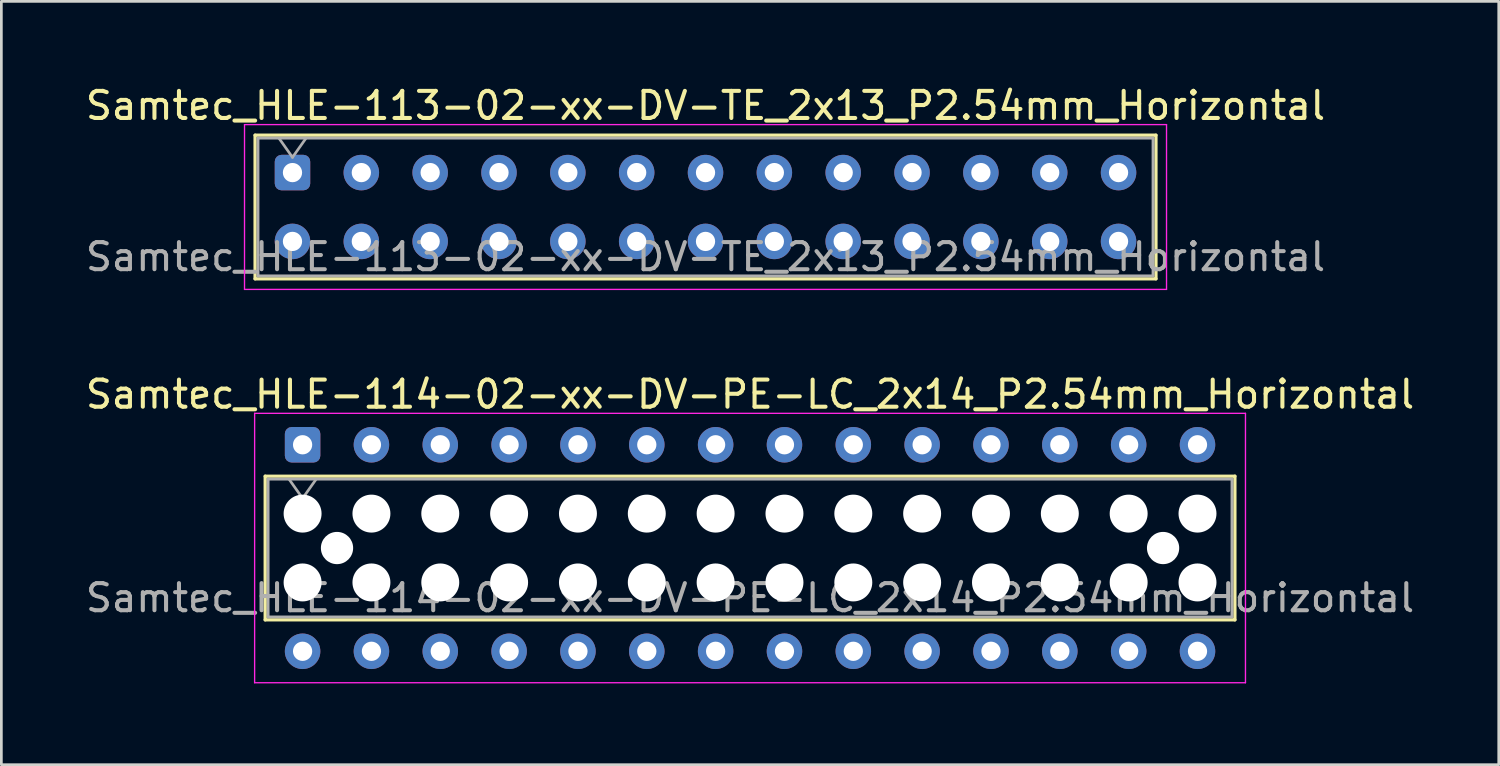
<source format=kicad_pcb>
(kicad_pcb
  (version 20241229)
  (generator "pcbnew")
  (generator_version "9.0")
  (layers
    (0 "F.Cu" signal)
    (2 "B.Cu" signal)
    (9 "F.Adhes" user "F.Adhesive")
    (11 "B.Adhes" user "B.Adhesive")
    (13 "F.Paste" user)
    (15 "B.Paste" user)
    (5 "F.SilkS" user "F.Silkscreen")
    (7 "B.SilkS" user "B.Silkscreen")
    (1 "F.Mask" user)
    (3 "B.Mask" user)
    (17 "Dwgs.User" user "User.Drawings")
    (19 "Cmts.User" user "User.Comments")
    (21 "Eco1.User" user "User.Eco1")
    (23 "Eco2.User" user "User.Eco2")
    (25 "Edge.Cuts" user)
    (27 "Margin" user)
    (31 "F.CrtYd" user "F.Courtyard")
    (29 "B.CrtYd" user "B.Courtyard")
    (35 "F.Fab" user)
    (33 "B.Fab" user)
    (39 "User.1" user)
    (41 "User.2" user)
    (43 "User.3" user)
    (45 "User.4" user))
  (footprint "Samtec_HLE-113-02-xx-DV-TE_2x13_P2.54mm_Horizontal"
    (layer "F.Cu")
    (at 7.742 3.318)
    (property "Reference" "Samtec_HLE-113-02-xx-DV-TE_2x13_P2.54mm_Horizontal" (at 15.24 -2.47 0) (layer "F.SilkS") (effects (font (size 1 1) (thickness 0.15))))
    (attr through_hole)
    (fp_line (start -1.38 -1.38) (end 31.86 -1.38) (stroke (width 0.12) (type solid)) (layer "F.SilkS"))
    (fp_line (start -1.38 3.92) (end -1.38 -1.38) (stroke (width 0.12) (type solid)) (layer "F.SilkS"))
    (fp_line (start 31.86 -1.38) (end 31.86 3.92) (stroke (width 0.12) (type solid)) (layer "F.SilkS"))
    (fp_line (start 31.86 3.92) (end -1.38 3.92) (stroke (width 0.12) (type solid)) (layer "F.SilkS"))
    (fp_line (start -1.77 -1.77) (end 32.25 -1.77) (stroke (width 0.05) (type solid)) (layer "F.CrtYd"))
    (fp_line (start -1.77 4.31) (end -1.77 -1.77) (stroke (width 0.05) (type solid)) (layer "F.CrtYd"))
    (fp_line (start 32.25 -1.77) (end 32.25 4.31) (stroke (width 0.05) (type solid)) (layer "F.CrtYd"))
    (fp_line (start 32.25 4.31) (end -1.77 4.31) (stroke (width 0.05) (type solid)) (layer "F.CrtYd"))
    (fp_line (start -1.27 -1.27) (end 31.75 -1.27) (stroke (width 0.1) (type solid)) (layer "F.Fab"))
    (fp_line (start -1.27 3.81) (end -1.27 -1.27) (stroke (width 0.1) (type solid)) (layer "F.Fab"))
    (fp_line (start -0.5 -1.27) (end 0 -0.563) (stroke (width 0.1) (type solid)) (layer "F.Fab"))
    (fp_line (start 0 -0.563) (end 0.5 -1.27) (stroke (width 0.1) (type solid)) (layer "F.Fab"))
    (fp_line (start 31.75 -1.27) (end 31.75 3.81) (stroke (width 0.1) (type solid)) (layer "F.Fab"))
    (fp_line (start 31.75 3.81) (end -1.27 3.81) (stroke (width 0.1) (type solid)) (layer "F.Fab"))
    (fp_text user "${REFERENCE}" (at 15.24 3.11 0) (layer "F.Fab") (effects (font (size 1 1) (thickness 0.15))))
    (pad "1" thru_hole roundrect (at 0 0) (size 1.31 1.31) (drill 0.71) (layers "*.Cu" "*.Mask") (roundrect_rratio 0.191))
    (pad "2" thru_hole circle (at 0 2.54) (size 1.31 1.31) (drill 0.71) (layers "*.Cu" "*.Mask"))
    (pad "3" thru_hole circle (at 2.54 0) (size 1.31 1.31) (drill 0.71) (layers "*.Cu" "*.Mask"))
    (pad "4" thru_hole circle (at 2.54 2.54) (size 1.31 1.31) (drill 0.71) (layers "*.Cu" "*.Mask"))
    (pad "5" thru_hole circle (at 5.08 0) (size 1.31 1.31) (drill 0.71) (layers "*.Cu" "*.Mask"))
    (pad "6" thru_hole circle (at 5.08 2.54) (size 1.31 1.31) (drill 0.71) (layers "*.Cu" "*.Mask"))
    (pad "7" thru_hole circle (at 7.62 0) (size 1.31 1.31) (drill 0.71) (layers "*.Cu" "*.Mask"))
    (pad "8" thru_hole circle (at 7.62 2.54) (size 1.31 1.31) (drill 0.71) (layers "*.Cu" "*.Mask"))
    (pad "9" thru_hole circle (at 10.16 0) (size 1.31 1.31) (drill 0.71) (layers "*.Cu" "*.Mask"))
    (pad "10" thru_hole circle (at 10.16 2.54) (size 1.31 1.31) (drill 0.71) (layers "*.Cu" "*.Mask"))
    (pad "11" thru_hole circle (at 12.7 0) (size 1.31 1.31) (drill 0.71) (layers "*.Cu" "*.Mask"))
    (pad "12" thru_hole circle (at 12.7 2.54) (size 1.31 1.31) (drill 0.71) (layers "*.Cu" "*.Mask"))
    (pad "13" thru_hole circle (at 15.24 0) (size 1.31 1.31) (drill 0.71) (layers "*.Cu" "*.Mask"))
    (pad "14" thru_hole circle (at 15.24 2.54) (size 1.31 1.31) (drill 0.71) (layers "*.Cu" "*.Mask"))
    (pad "15" thru_hole circle (at 17.78 0) (size 1.31 1.31) (drill 0.71) (layers "*.Cu" "*.Mask"))
    (pad "16" thru_hole circle (at 17.78 2.54) (size 1.31 1.31) (drill 0.71) (layers "*.Cu" "*.Mask"))
    (pad "17" thru_hole circle (at 20.32 0) (size 1.31 1.31) (drill 0.71) (layers "*.Cu" "*.Mask"))
    (pad "18" thru_hole circle (at 20.32 2.54) (size 1.31 1.31) (drill 0.71) (layers "*.Cu" "*.Mask"))
    (pad "19" thru_hole circle (at 22.86 0) (size 1.31 1.31) (drill 0.71) (layers "*.Cu" "*.Mask"))
    (pad "20" thru_hole circle (at 22.86 2.54) (size 1.31 1.31) (drill 0.71) (layers "*.Cu" "*.Mask"))
    (pad "21" thru_hole circle (at 25.4 0) (size 1.31 1.31) (drill 0.71) (layers "*.Cu" "*.Mask"))
    (pad "22" thru_hole circle (at 25.4 2.54) (size 1.31 1.31) (drill 0.71) (layers "*.Cu" "*.Mask"))
    (pad "23" thru_hole circle (at 27.94 0) (size 1.31 1.31) (drill 0.71) (layers "*.Cu" "*.Mask"))
    (pad "24" thru_hole circle (at 27.94 2.54) (size 1.31 1.31) (drill 0.71) (layers "*.Cu" "*.Mask"))
    (pad "25" thru_hole circle (at 30.48 0) (size 1.31 1.31) (drill 0.71) (layers "*.Cu" "*.Mask"))
    (pad "26" thru_hole circle (at 30.48 2.54) (size 1.31 1.31) (drill 0.71) (layers "*.Cu" "*.Mask")))
  (footprint "Samtec_HLE-114-02-xx-DV-PE-LC_2x14_P2.54mm_Horizontal"
    (layer "F.Cu")
    (at 8.115 13.361)
    (property "Reference" "Samtec_HLE-114-02-xx-DV-PE-LC_2x14_P2.54mm_Horizontal" (at 16.51 -1.86 0) (layer "F.SilkS") (effects (font (size 1 1) (thickness 0.15))))
    (attr through_hole)
    (fp_line (start -1.38 1.16) (end 34.4 1.16) (stroke (width 0.12) (type solid)) (layer "F.SilkS"))
    (fp_line (start -1.38 6.46) (end -1.38 1.16) (stroke (width 0.12) (type solid)) (layer "F.SilkS"))
    (fp_line (start 34.4 1.16) (end 34.4 6.46) (stroke (width 0.12) (type solid)) (layer "F.SilkS"))
    (fp_line (start 34.4 6.46) (end -1.38 6.46) (stroke (width 0.12) (type solid)) (layer "F.SilkS"))
    (fp_line (start -1.77 -1.16) (end 34.79 -1.16) (stroke (width 0.05) (type solid)) (layer "F.CrtYd"))
    (fp_line (start -1.77 8.78) (end -1.77 -1.16) (stroke (width 0.05) (type solid)) (layer "F.CrtYd"))
    (fp_line (start 34.79 -1.16) (end 34.79 8.78) (stroke (width 0.05) (type solid)) (layer "F.CrtYd"))
    (fp_line (start 34.79 8.78) (end -1.77 8.78) (stroke (width 0.05) (type solid)) (layer "F.CrtYd"))
    (fp_line (start -1.27 1.27) (end 34.29 1.27) (stroke (width 0.1) (type solid)) (layer "F.Fab"))
    (fp_line (start -1.27 6.35) (end -1.27 1.27) (stroke (width 0.1) (type solid)) (layer "F.Fab"))
    (fp_line (start -0.5 1.27) (end 0 1.977) (stroke (width 0.1) (type solid)) (layer "F.Fab"))
    (fp_line (start 0 1.977) (end 0.5 1.27) (stroke (width 0.1) (type solid)) (layer "F.Fab"))
    (fp_line (start 34.29 1.27) (end 34.29 6.35) (stroke (width 0.1) (type solid)) (layer "F.Fab"))
    (fp_line (start 34.29 6.35) (end -1.27 6.35) (stroke (width 0.1) (type solid)) (layer "F.Fab"))
    (fp_text user "${REFERENCE}" (at 16.51 5.65 0) (layer "F.Fab") (effects (font (size 1 1) (thickness 0.15))))
    (pad "" np_thru_hole circle (at 0 2.54) (size 1.4 1.4) (drill 1.4) (layers "*.Cu" "*.Mask"))
    (pad "" np_thru_hole circle (at 0 5.08) (size 1.4 1.4) (drill 1.4) (layers "*.Cu" "*.Mask"))
    (pad "" np_thru_hole circle (at 1.27 3.81) (size 1.19 1.19) (drill 1.19) (layers "*.Cu" "*.Mask"))
    (pad "" np_thru_hole circle (at 2.54 2.54) (size 1.4 1.4) (drill 1.4) (layers "*.Cu" "*.Mask"))
    (pad "" np_thru_hole circle (at 2.54 5.08) (size 1.4 1.4) (drill 1.4) (layers "*.Cu" "*.Mask"))
    (pad "" np_thru_hole circle (at 5.08 2.54) (size 1.4 1.4) (drill 1.4) (layers "*.Cu" "*.Mask"))
    (pad "" np_thru_hole circle (at 5.08 5.08) (size 1.4 1.4) (drill 1.4) (layers "*.Cu" "*.Mask"))
    (pad "" np_thru_hole circle (at 7.62 2.54) (size 1.4 1.4) (drill 1.4) (layers "*.Cu" "*.Mask"))
    (pad "" np_thru_hole circle (at 7.62 5.08) (size 1.4 1.4) (drill 1.4) (layers "*.Cu" "*.Mask"))
    (pad "" np_thru_hole circle (at 10.16 2.54) (size 1.4 1.4) (drill 1.4) (layers "*.Cu" "*.Mask"))
    (pad "" np_thru_hole circle (at 10.16 5.08) (size 1.4 1.4) (drill 1.4) (layers "*.Cu" "*.Mask"))
    (pad "" np_thru_hole circle (at 12.7 2.54) (size 1.4 1.4) (drill 1.4) (layers "*.Cu" "*.Mask"))
    (pad "" np_thru_hole circle (at 12.7 5.08) (size 1.4 1.4) (drill 1.4) (layers "*.Cu" "*.Mask"))
    (pad "" np_thru_hole circle (at 15.24 2.54) (size 1.4 1.4) (drill 1.4) (layers "*.Cu" "*.Mask"))
    (pad "" np_thru_hole circle (at 15.24 5.08) (size 1.4 1.4) (drill 1.4) (layers "*.Cu" "*.Mask"))
    (pad "" np_thru_hole circle (at 17.78 2.54) (size 1.4 1.4) (drill 1.4) (layers "*.Cu" "*.Mask"))
    (pad "" np_thru_hole circle (at 17.78 5.08) (size 1.4 1.4) (drill 1.4) (layers "*.Cu" "*.Mask"))
    (pad "" np_thru_hole circle (at 20.32 2.54) (size 1.4 1.4) (drill 1.4) (layers "*.Cu" "*.Mask"))
    (pad "" np_thru_hole circle (at 20.32 5.08) (size 1.4 1.4) (drill 1.4) (layers "*.Cu" "*.Mask"))
    (pad "" np_thru_hole circle (at 22.86 2.54) (size 1.4 1.4) (drill 1.4) (layers "*.Cu" "*.Mask"))
    (pad "" np_thru_hole circle (at 22.86 5.08) (size 1.4 1.4) (drill 1.4) (layers "*.Cu" "*.Mask"))
    (pad "" np_thru_hole circle (at 25.4 2.54) (size 1.4 1.4) (drill 1.4) (layers "*.Cu" "*.Mask"))
    (pad "" np_thru_hole circle (at 25.4 5.08) (size 1.4 1.4) (drill 1.4) (layers "*.Cu" "*.Mask"))
    (pad "" np_thru_hole circle (at 27.94 2.54) (size 1.4 1.4) (drill 1.4) (layers "*.Cu" "*.Mask"))
    (pad "" np_thru_hole circle (at 27.94 5.08) (size 1.4 1.4) (drill 1.4) (layers "*.Cu" "*.Mask"))
    (pad "" np_thru_hole circle (at 30.48 2.54) (size 1.4 1.4) (drill 1.4) (layers "*.Cu" "*.Mask"))
    (pad "" np_thru_hole circle (at 30.48 5.08) (size 1.4 1.4) (drill 1.4) (layers "*.Cu" "*.Mask"))
    (pad "" np_thru_hole circle (at 31.75 3.81) (size 1.19 1.19) (drill 1.19) (layers "*.Cu" "*.Mask"))
    (pad "" np_thru_hole circle (at 33.02 2.54) (size 1.4 1.4) (drill 1.4) (layers "*.Cu" "*.Mask"))
    (pad "" np_thru_hole circle (at 33.02 5.08) (size 1.4 1.4) (drill 1.4) (layers "*.Cu" "*.Mask"))
    (pad "1" thru_hole roundrect (at 0 0) (size 1.31 1.31) (drill 0.71) (layers "*.Cu" "*.Mask") (roundrect_rratio 0.191))
    (pad "2" thru_hole circle (at 0 7.62) (size 1.31 1.31) (drill 0.71) (layers "*.Cu" "*.Mask"))
    (pad "3" thru_hole circle (at 2.54 0) (size 1.31 1.31) (drill 0.71) (layers "*.Cu" "*.Mask"))
    (pad "4" thru_hole circle (at 2.54 7.62) (size 1.31 1.31) (drill 0.71) (layers "*.Cu" "*.Mask"))
    (pad "5" thru_hole circle (at 5.08 0) (size 1.31 1.31) (drill 0.71) (layers "*.Cu" "*.Mask"))
    (pad "6" thru_hole circle (at 5.08 7.62) (size 1.31 1.31) (drill 0.71) (layers "*.Cu" "*.Mask"))
    (pad "7" thru_hole circle (at 7.62 0) (size 1.31 1.31) (drill 0.71) (layers "*.Cu" "*.Mask"))
    (pad "8" thru_hole circle (at 7.62 7.62) (size 1.31 1.31) (drill 0.71) (layers "*.Cu" "*.Mask"))
    (pad "9" thru_hole circle (at 10.16 0) (size 1.31 1.31) (drill 0.71) (layers "*.Cu" "*.Mask"))
    (pad "10" thru_hole circle (at 10.16 7.62) (size 1.31 1.31) (drill 0.71) (layers "*.Cu" "*.Mask"))
    (pad "11" thru_hole circle (at 12.7 0) (size 1.31 1.31) (drill 0.71) (layers "*.Cu" "*.Mask"))
    (pad "12" thru_hole circle (at 12.7 7.62) (size 1.31 1.31) (drill 0.71) (layers "*.Cu" "*.Mask"))
    (pad "13" thru_hole circle (at 15.24 0) (size 1.31 1.31) (drill 0.71) (layers "*.Cu" "*.Mask"))
    (pad "14" thru_hole circle (at 15.24 7.62) (size 1.31 1.31) (drill 0.71) (layers "*.Cu" "*.Mask"))
    (pad "15" thru_hole circle (at 17.78 0) (size 1.31 1.31) (drill 0.71) (layers "*.Cu" "*.Mask"))
    (pad "16" thru_hole circle (at 17.78 7.62) (size 1.31 1.31) (drill 0.71) (layers "*.Cu" "*.Mask"))
    (pad "17" thru_hole circle (at 20.32 0) (size 1.31 1.31) (drill 0.71) (layers "*.Cu" "*.Mask"))
    (pad "18" thru_hole circle (at 20.32 7.62) (size 1.31 1.31) (drill 0.71) (layers "*.Cu" "*.Mask"))
    (pad "19" thru_hole circle (at 22.86 0) (size 1.31 1.31) (drill 0.71) (layers "*.Cu" "*.Mask"))
    (pad "20" thru_hole circle (at 22.86 7.62) (size 1.31 1.31) (drill 0.71) (layers "*.Cu" "*.Mask"))
    (pad "21" thru_hole circle (at 25.4 0) (size 1.31 1.31) (drill 0.71) (layers "*.Cu" "*.Mask"))
    (pad "22" thru_hole circle (at 25.4 7.62) (size 1.31 1.31) (drill 0.71) (layers "*.Cu" "*.Mask"))
    (pad "23" thru_hole circle (at 27.94 0) (size 1.31 1.31) (drill 0.71) (layers "*.Cu" "*.Mask"))
    (pad "24" thru_hole circle (at 27.94 7.62) (size 1.31 1.31) (drill 0.71) (layers "*.Cu" "*.Mask"))
    (pad "25" thru_hole circle (at 30.48 0) (size 1.31 1.31) (drill 0.71) (layers "*.Cu" "*.Mask"))
    (pad "26" thru_hole circle (at 30.48 7.62) (size 1.31 1.31) (drill 0.71) (layers "*.Cu" "*.Mask"))
    (pad "27" thru_hole circle (at 33.02 0) (size 1.31 1.31) (drill 0.71) (layers "*.Cu" "*.Mask"))
    (pad "28" thru_hole circle (at 33.02 7.62) (size 1.31 1.31) (drill 0.71) (layers "*.Cu" "*.Mask")))
  (gr_rect
    (start -3 -3)
    (end 52.25 25.166)
    (stroke (width 0.1) (type default))
    (fill no)
    (layer "Edge.Cuts")))
</source>
